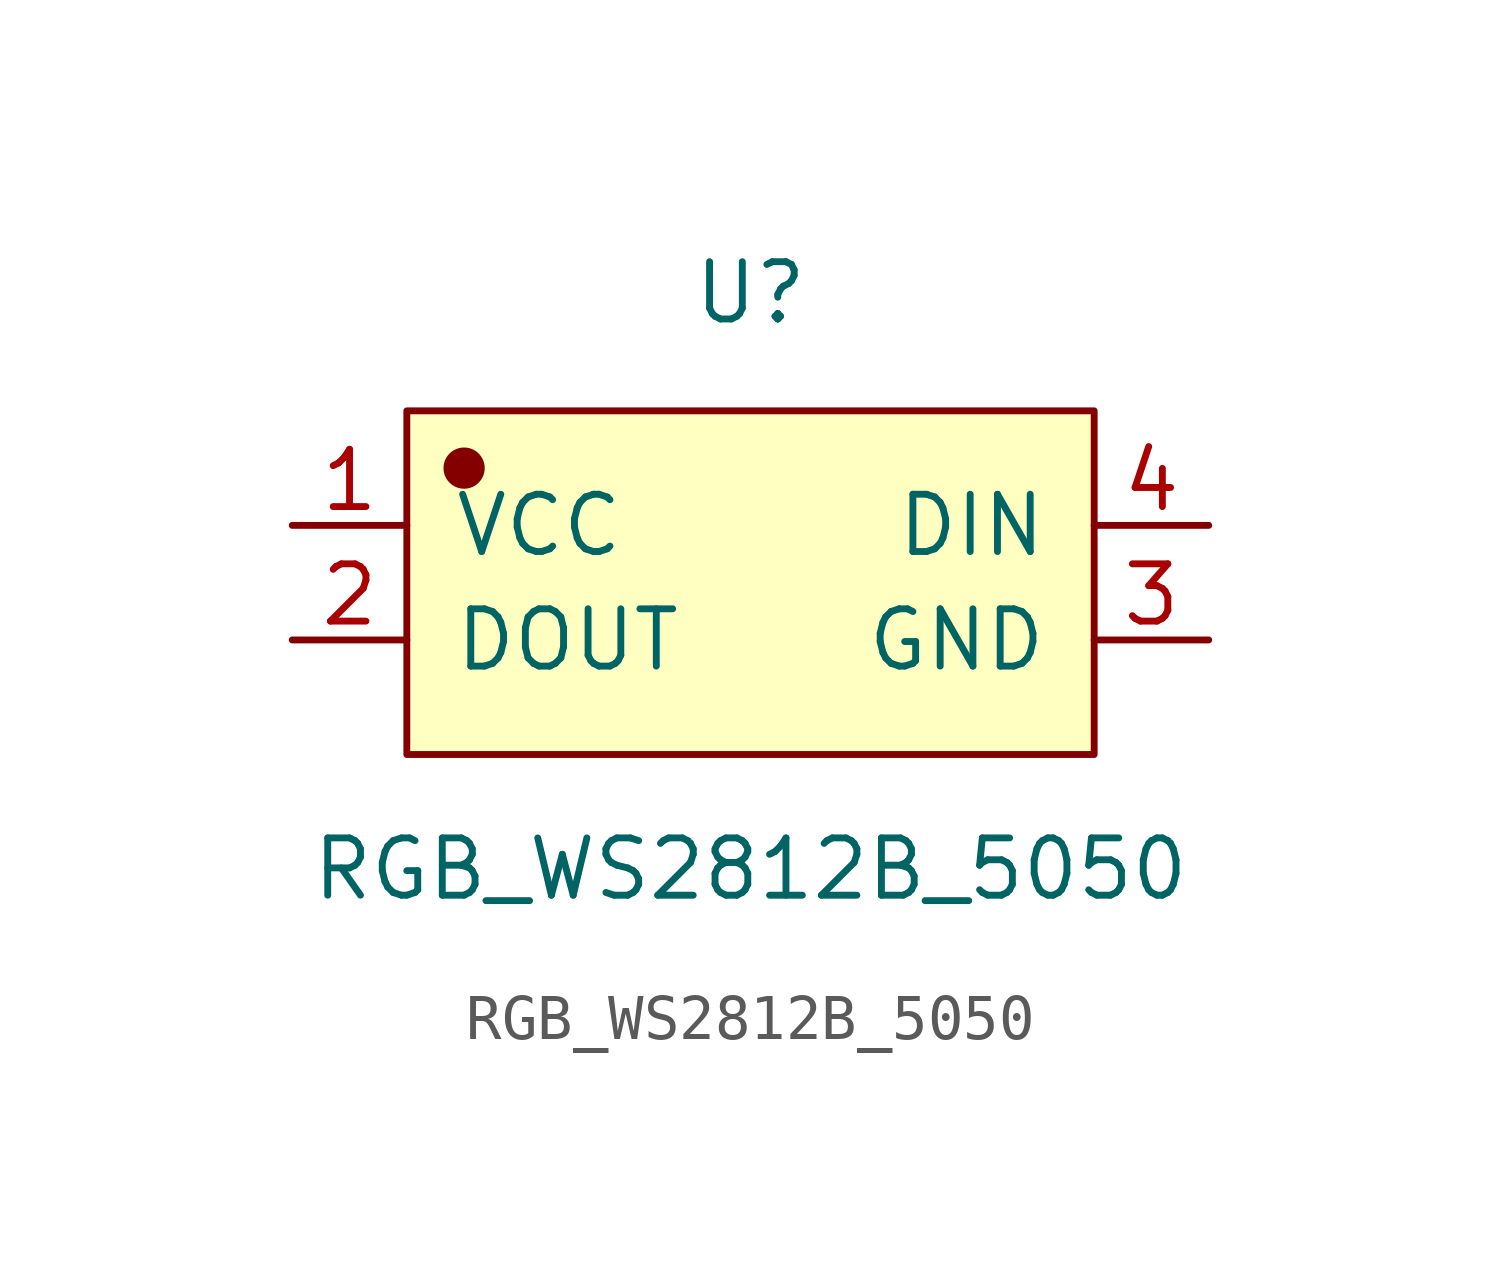
<source format=kicad_sym>
(kicad_symbol_lib
  (version 20220914)
  (generator kicad_symbol_editor)
  (symbol "RGB_WS2812B_5050"
    (pin_names
      (offset 1.016))
    (property "Reference" "U"
      (at 0 6.426 0)
      (effects (font (size 1.27 1.27))))
    (property "Value" "RGB_WS2812B_5050"
      (at 0 -6.35 0)
      (effects (font (size 1.27 1.27))))
    (symbol "RGB_WS2812B_5050_1_1"
      (rectangle (start -7.62 3.81) (end 7.62 -3.81) (stroke (width 0.152) (type default)) (fill (type background)))
      (circle (center -6.35 2.54) (radius 0.381) (stroke (width 0.152) (type default)) (fill (type outline)))
      (pin input line (at -10.16 1.27 0) (length 2.54) (name "VCC" (effects (font (size 1.27 1.27)))) (number "1" (effects (font (size 1.27 1.27)))))
      (pin input line (at -10.16 -1.27 0) (length 2.54) (name "DOUT" (effects (font (size 1.27 1.27)))) (number "2" (effects (font (size 1.27 1.27)))))
      (pin input line (at 10.16 -1.27 180) (length 2.54) (name "GND" (effects (font (size 1.27 1.27)))) (number "3" (effects (font (size 1.27 1.27)))))
      (pin input line (at 10.16 1.27 180) (length 2.54) (name "DIN" (effects (font (size 1.27 1.27)))) (number "4" (effects (font (size 1.27 1.27))))))))
</source>
